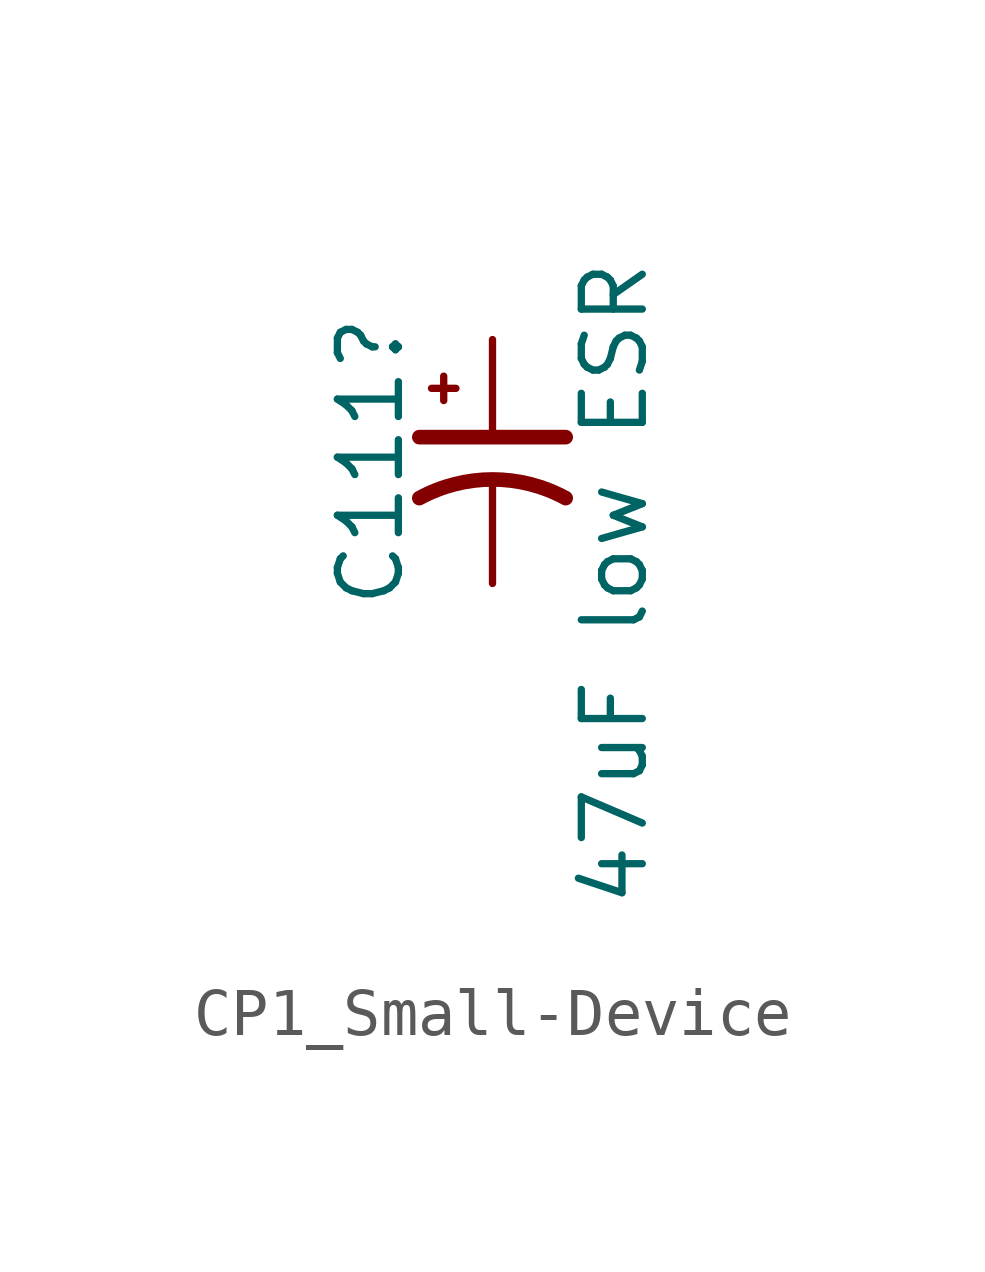
<source format=kicad_sym>
(kicad_symbol_lib
  (version 20241209)
  (generator "kicad_symbol_editor")
  (generator_version "9.0")
  (symbol "CP1_Small-Device"
    (pin_numbers
      (hide yes))
    (pin_names
      (offset 0.254)
      (hide yes))
    (property "Reference" "C111"
      (at -2.54 0 90)
      (effects (font (size 1.27 1.27))))
    (property "Value" "47uF low ESR"
      (at 2.54 -2.54 90)
      (effects (font (size 1.27 1.27))))
    (symbol "CP1_Small-Device_0_1"
      (polyline (pts (xy -1.524 0.508) (xy 1.524 0.508)) (stroke (width 0.305) (type default)) (fill (type none)))
      (polyline (pts (xy -1.27 1.524) (xy -0.762 1.524)) (stroke (width 0) (type default)) (fill (type none)))
      (polyline (pts (xy -1.016 1.27) (xy -1.016 1.778)) (stroke (width 0) (type default)) (fill (type none)))
      (arc (start -1.524 -0.762) (mid 0 -0.3734) (end 1.524 -0.762) (stroke (width 0.3048) (type default)) (fill (type none))))
    (symbol "CP1_Small-Device_1_1"
      (pin passive line (at 0 2.54 270) (length 2.032) (name "~" (effects (font (size 1.27 1.27)))) (number "1" (effects (font (size 1.27 1.27)))))
      (pin passive line (at 0 -2.54 90) (length 2.032) (name "~" (effects (font (size 1.27 1.27)))) (number "2" (effects (font (size 1.27 1.27))))))))
</source>
